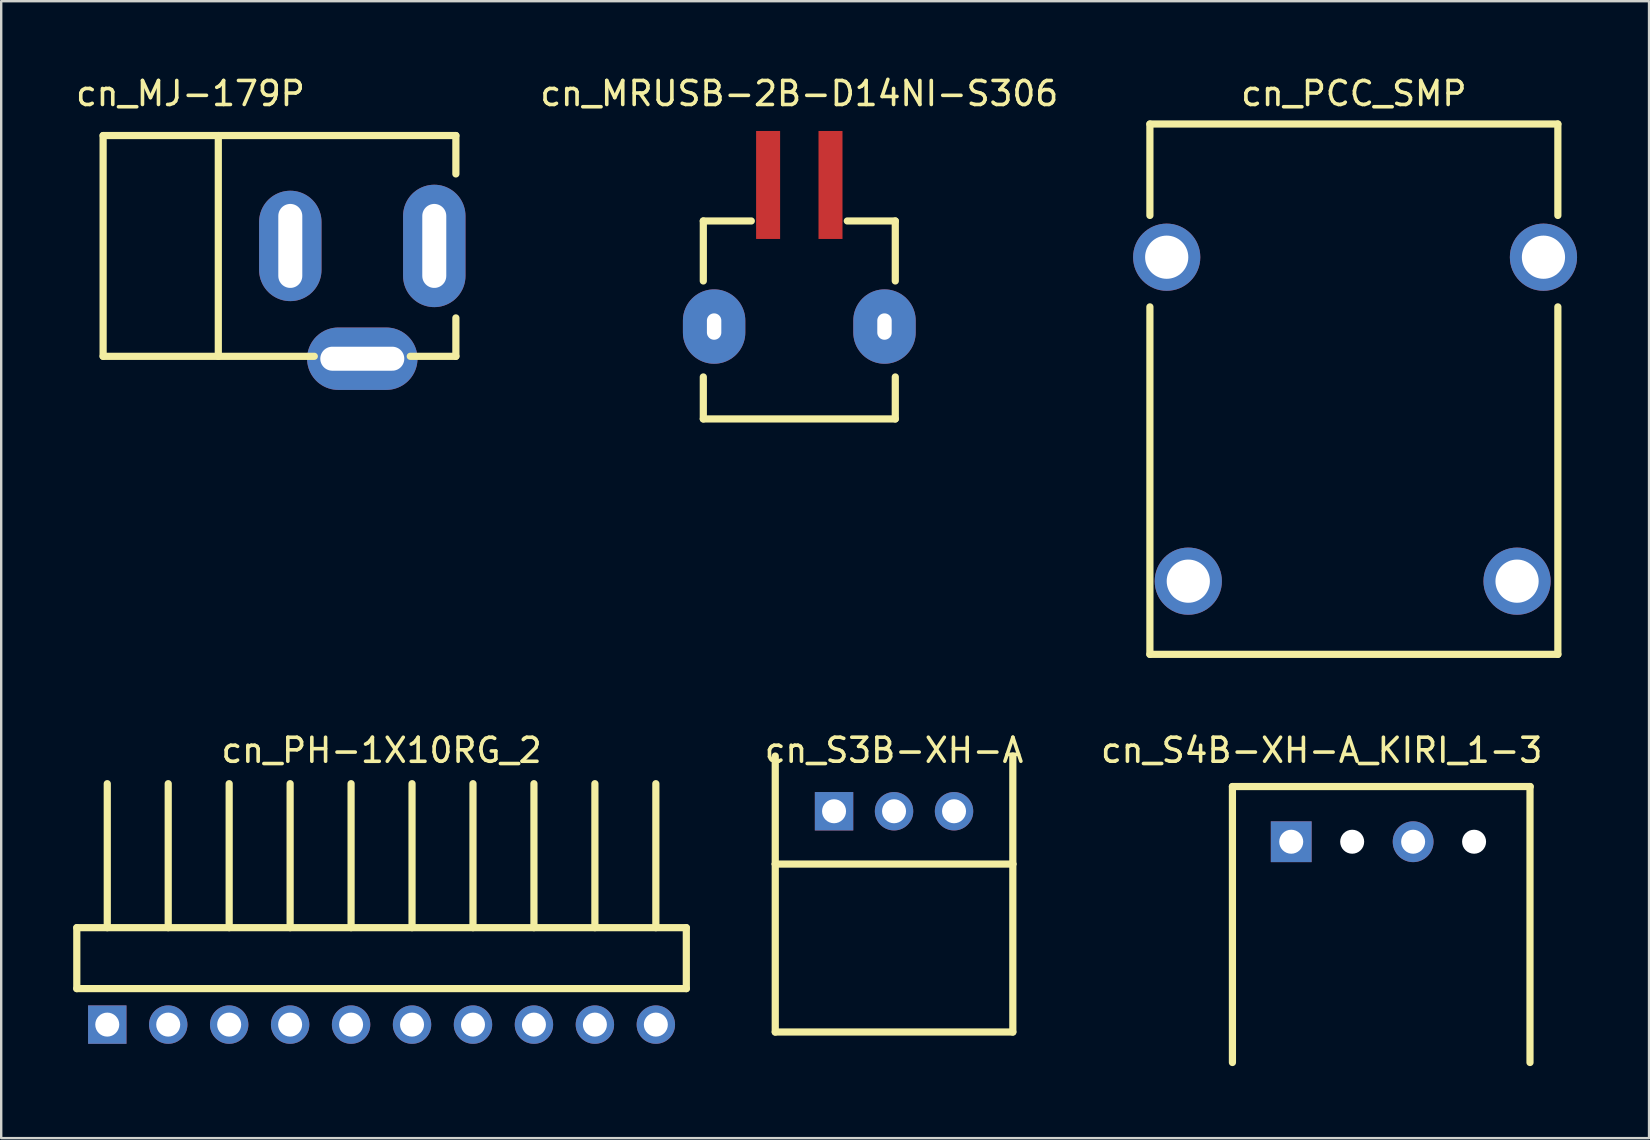
<source format=kicad_pcb>
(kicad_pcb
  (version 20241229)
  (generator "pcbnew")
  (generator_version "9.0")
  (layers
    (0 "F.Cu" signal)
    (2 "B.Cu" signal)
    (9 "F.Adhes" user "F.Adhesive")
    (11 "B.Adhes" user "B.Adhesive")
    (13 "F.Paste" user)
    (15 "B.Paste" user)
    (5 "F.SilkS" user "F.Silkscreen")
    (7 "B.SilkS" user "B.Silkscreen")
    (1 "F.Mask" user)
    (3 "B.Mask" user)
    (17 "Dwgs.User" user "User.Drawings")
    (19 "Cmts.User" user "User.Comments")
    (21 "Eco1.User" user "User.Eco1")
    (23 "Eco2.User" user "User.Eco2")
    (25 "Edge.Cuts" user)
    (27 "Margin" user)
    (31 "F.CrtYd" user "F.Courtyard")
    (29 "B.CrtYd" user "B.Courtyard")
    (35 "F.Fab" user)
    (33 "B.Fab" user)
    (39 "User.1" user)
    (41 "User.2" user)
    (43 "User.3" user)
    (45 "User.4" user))
  (footprint "cn_MJ-179P"
    (layer "F.Cu")
    (at 15.047 7.198)
    (property "Reference" "cn_MJ-179P" (at -10.16 -6.35 180) (layer "F.SilkS") (effects (font (size 1 1) (thickness 0.15))))
    (attr through_hole)
    (fp_line (start -13.8 -4.6) (end 0.9 -4.6) (stroke (width 0.3) (type solid)) (layer "F.SilkS"))
    (fp_line (start -13.8 4.6) (end -13.8 -4.6) (stroke (width 0.3) (type solid)) (layer "F.SilkS"))
    (fp_line (start -9 -4.6) (end -9 4.6) (stroke (width 0.3) (type solid)) (layer "F.SilkS"))
    (fp_line (start -5 4.6) (end -13.8 4.6) (stroke (width 0.3) (type solid)) (layer "F.SilkS"))
    (fp_line (start 0.9 -4.6) (end 0.9 -3) (stroke (width 0.3) (type solid)) (layer "F.SilkS"))
    (fp_line (start 0.9 3) (end 0.9 4.6) (stroke (width 0.3) (type solid)) (layer "F.SilkS"))
    (fp_line (start 0.9 4.6) (end -1 4.6) (stroke (width 0.3) (type solid)) (layer "F.SilkS"))
    (pad "1" thru_hole oval (at 0 0) (size 2.6 5.1) (drill oval 1 3.5) (layers "*.Cu" "*.Mask"))
    (pad "2" thru_hole oval (at -6 0) (size 2.6 4.6) (drill oval 1 3.5) (layers "*.Cu" "*.Mask"))
    (pad "3" thru_hole oval (at -3 4.7) (size 4.6 2.6) (drill oval 3.5 1) (layers "*.Cu" "*.Mask")))
  (footprint "cn_PH-1X10RG_2"
    (layer "F.Cu")
    (at 12.85 39.647)
    (property "Reference" "cn_PH-1X10RG_2" (at 0 -11.43 0) (layer "F.SilkS") (effects (font (size 1 1) (thickness 0.15))))
    (attr through_hole)
    (fp_line (start -12.7 -4.04) (end -12.7 -1.5) (stroke (width 0.3) (type solid)) (layer "F.SilkS"))
    (fp_line (start -12.7 -1.5) (end 12.7 -1.5) (stroke (width 0.3) (type solid)) (layer "F.SilkS"))
    (fp_line (start -11.43 -4.04) (end -11.43 -10.04) (stroke (width 0.3) (type solid)) (layer "F.SilkS"))
    (fp_line (start -8.89 -4.04) (end -8.89 -10.04) (stroke (width 0.3) (type solid)) (layer "F.SilkS"))
    (fp_line (start -6.35 -4.04) (end -6.35 -10.04) (stroke (width 0.3) (type solid)) (layer "F.SilkS"))
    (fp_line (start -3.81 -4.04) (end -3.81 -10.04) (stroke (width 0.3) (type solid)) (layer "F.SilkS"))
    (fp_line (start -1.27 -4.04) (end -1.27 -10.04) (stroke (width 0.3) (type solid)) (layer "F.SilkS"))
    (fp_line (start 1.27 -4.04) (end 1.27 -10.04) (stroke (width 0.3) (type solid)) (layer "F.SilkS"))
    (fp_line (start 3.81 -4.04) (end 3.81 -10.04) (stroke (width 0.3) (type solid)) (layer "F.SilkS"))
    (fp_line (start 6.35 -4.04) (end 6.35 -10.04) (stroke (width 0.3) (type solid)) (layer "F.SilkS"))
    (fp_line (start 8.89 -4.04) (end 8.89 -10.04) (stroke (width 0.3) (type solid)) (layer "F.SilkS"))
    (fp_line (start 11.43 -4.04) (end 11.43 -10.04) (stroke (width 0.3) (type solid)) (layer "F.SilkS"))
    (fp_line (start 12.7 -4.04) (end -12.7 -4.04) (stroke (width 0.3) (type solid)) (layer "F.SilkS"))
    (fp_line (start 12.7 -1.5) (end 12.7 -4.04) (stroke (width 0.3) (type solid)) (layer "F.SilkS"))
    (pad "1" thru_hole rect (at -11.43 0) (size 1.6 1.6) (drill 1) (layers "*.Cu" "*.Mask"))
    (pad "2" thru_hole circle (at -8.89 0) (size 1.6 1.6) (drill 1) (layers "*.Cu" "*.Mask"))
    (pad "3" thru_hole circle (at -6.35 0) (size 1.6 1.6) (drill 1) (layers "*.Cu" "*.Mask"))
    (pad "4" thru_hole circle (at -3.81 0) (size 1.6 1.6) (drill 1) (layers "*.Cu" "*.Mask"))
    (pad "5" thru_hole circle (at -1.27 0) (size 1.6 1.6) (drill 1) (layers "*.Cu" "*.Mask"))
    (pad "6" thru_hole circle (at 1.27 0) (size 1.6 1.6) (drill 1) (layers "*.Cu" "*.Mask"))
    (pad "7" thru_hole circle (at 3.81 0) (size 1.6 1.6) (drill 1) (layers "*.Cu" "*.Mask"))
    (pad "8" thru_hole circle (at 6.35 0) (size 1.6 1.6) (drill 1) (layers "*.Cu" "*.Mask"))
    (pad "9" thru_hole circle (at 8.89 0) (size 1.6 1.6) (drill 1) (layers "*.Cu" "*.Mask"))
    (pad "10" thru_hole circle (at 11.43 0) (size 1.6 1.6) (drill 1) (layers "*.Cu" "*.Mask")))
  (footprint "cn_PCC_SMP"
    (layer "F.Cu")
    (at 53.368 21.168)
    (property "Reference" "cn_PCC_SMP" (at 0 -20.32 0) (layer "F.SilkS") (effects (font (size 1 1) (thickness 0.15))))
    (attr through_hole)
    (fp_line (start -8.5 -19.05) (end -8.5 -15.24) (stroke (width 0.3) (type solid)) (layer "F.SilkS"))
    (fp_line (start -8.5 -11.43) (end -8.5 3.05) (stroke (width 0.3) (type solid)) (layer "F.SilkS"))
    (fp_line (start -8.5 3.05) (end 8.5 3.05) (stroke (width 0.3) (type solid)) (layer "F.SilkS"))
    (fp_line (start 8.5 -19.05) (end -8.5 -19.05) (stroke (width 0.3) (type solid)) (layer "F.SilkS"))
    (fp_line (start 8.5 -19.05) (end 8.5 -15.24) (stroke (width 0.3) (type solid)) (layer "F.SilkS"))
    (fp_line (start 8.5 3.05) (end 8.5 -11.43) (stroke (width 0.3) (type solid)) (layer "F.SilkS"))
    (pad "1" thru_hole circle (at -6.9 0) (size 2.8 2.8) (drill 1.8) (layers "*.Cu" "*.Mask"))
    (pad "2" thru_hole circle (at 6.8 0) (size 2.8 2.8) (drill 1.8) (layers "*.Cu" "*.Mask"))
    (pad "3" thru_hole circle (at -7.8 -13.5) (size 2.8 2.8) (drill 1.8) (layers "*.Cu" "*.Mask"))
    (pad "4" thru_hole circle (at 7.9 -13.5) (size 2.8 2.8) (drill 1.8) (layers "*.Cu" "*.Mask")))
  (footprint "cn_MRUSB-2B-D14NI-S306"
    (layer "F.Cu")
    (at 30.258 4.658)
    (property "Reference" "cn_MRUSB-2B-D14NI-S306" (at 0 -3.81 0) (layer "F.SilkS") (effects (font (size 1 1) (thickness 0.15))))
    (attr through_hole)
    (fp_line (start -4 1.5) (end -4 4) (stroke (width 0.3) (type solid)) (layer "F.SilkS"))
    (fp_line (start -4 1.5) (end -2 1.5) (stroke (width 0.3) (type solid)) (layer "F.SilkS"))
    (fp_line (start -4 8) (end -4 9.75) (stroke (width 0.3) (type solid)) (layer "F.SilkS"))
    (fp_line (start -4 9.75) (end 4 9.75) (stroke (width 0.3) (type solid)) (layer "F.SilkS"))
    (fp_line (start 2 1.5) (end 4 1.5) (stroke (width 0.3) (type solid)) (layer "F.SilkS"))
    (fp_line (start 4 1.5) (end 4 4) (stroke (width 0.3) (type solid)) (layer "F.SilkS"))
    (fp_line (start 4 8) (end 4 9.75) (stroke (width 0.3) (type solid)) (layer "F.SilkS"))
    (pad "1" smd rect (at -1.3 0) (size 1 4.5) (layers "F.Cu" "F.Mask" "F.Paste"))
    (pad "2" smd rect (at 1.3 0) (size 1 4.5) (layers "F.Cu" "F.Mask" "F.Paste"))
    (pad "3" thru_hole oval (at -3.55 5.9) (size 2.6 3.1) (drill oval 0.6 1.1) (layers "*.Cu" "*.Mask"))
    (pad "4" thru_hole oval (at 3.55 5.9) (size 2.6 3.1) (drill oval 0.6 1.1) (layers "*.Cu" "*.Mask")))
  (footprint "cn_S3B-XH-A"
    (layer "F.Cu")
    (at 34.206 30.756)
    (property "Reference" "cn_S3B-XH-A" (at 0 -2.54 0) (layer "F.SilkS") (effects (font (size 1 1) (thickness 0.15))))
    (attr through_hole)
    (fp_line (start -4.95 2.2) (end -4.95 -2.3) (stroke (width 0.3) (type solid)) (layer "F.SilkS"))
    (fp_line (start -4.95 2.2) (end 4.95 2.2) (stroke (width 0.3) (type solid)) (layer "F.SilkS"))
    (fp_line (start -4.95 9.2) (end -4.95 2.2) (stroke (width 0.3) (type solid)) (layer "F.SilkS"))
    (fp_line (start -4.95 9.2) (end 4.95 9.2) (stroke (width 0.3) (type solid)) (layer "F.SilkS"))
    (fp_line (start 4.95 2.2) (end 4.95 -2.3) (stroke (width 0.3) (type solid)) (layer "F.SilkS"))
    (fp_line (start 4.95 9.2) (end 4.95 2.2) (stroke (width 0.3) (type solid)) (layer "F.SilkS"))
    (pad "1" thru_hole rect (at -2.5 0) (size 1.6 1.6) (drill 1) (layers "*.Cu" "*.Mask"))
    (pad "2" thru_hole circle (at 0 0) (size 1.6 1.6) (drill 1) (layers "*.Cu" "*.Mask"))
    (pad "3" thru_hole circle (at 2.5 0) (size 1.6 1.6) (drill 1) (layers "*.Cu" "*.Mask")))
  (footprint "cn_S4B-XH-A_KIRI_1-3"
    (layer "F.Cu")
    (at 50.757 32.026)
    (property "Reference" "cn_S4B-XH-A_KIRI_1-3" (at 1.27 -3.81 0) (layer "F.SilkS") (effects (font (size 1 1) (thickness 0.15))))
    (attr through_hole)
    (fp_line (start -2.45 -2.3) (end -2.45 9.2) (stroke (width 0.3) (type solid)) (layer "F.SilkS"))
    (fp_line (start -2.45 -2.3) (end 9.96 -2.3) (stroke (width 0.3) (type solid)) (layer "F.SilkS"))
    (fp_line (start 9.95 -2.3) (end 9.95 9.2) (stroke (width 0.3) (type solid)) (layer "F.SilkS"))
    (pad "" np_thru_hole circle (at 2.54 0) (size 1 1) (drill 1) (layers "*.Cu" "*.Mask"))
    (pad "" np_thru_hole circle (at 7.62 0) (size 1 1) (drill 1) (layers "*.Cu" "*.Mask"))
    (pad "1" thru_hole rect (at 0 0) (size 1.7 1.7) (drill 1) (layers "*.Cu" "*.Mask"))
    (pad "3" thru_hole circle (at 5.08 0) (size 1.7 1.7) (drill 1) (layers "*.Cu" "*.Mask")))
  (gr_rect
    (start -3 -3)
    (end 65.668 44.377)
    (stroke (width 0.1) (type default))
    (fill no)
    (layer "Edge.Cuts")))
</source>
